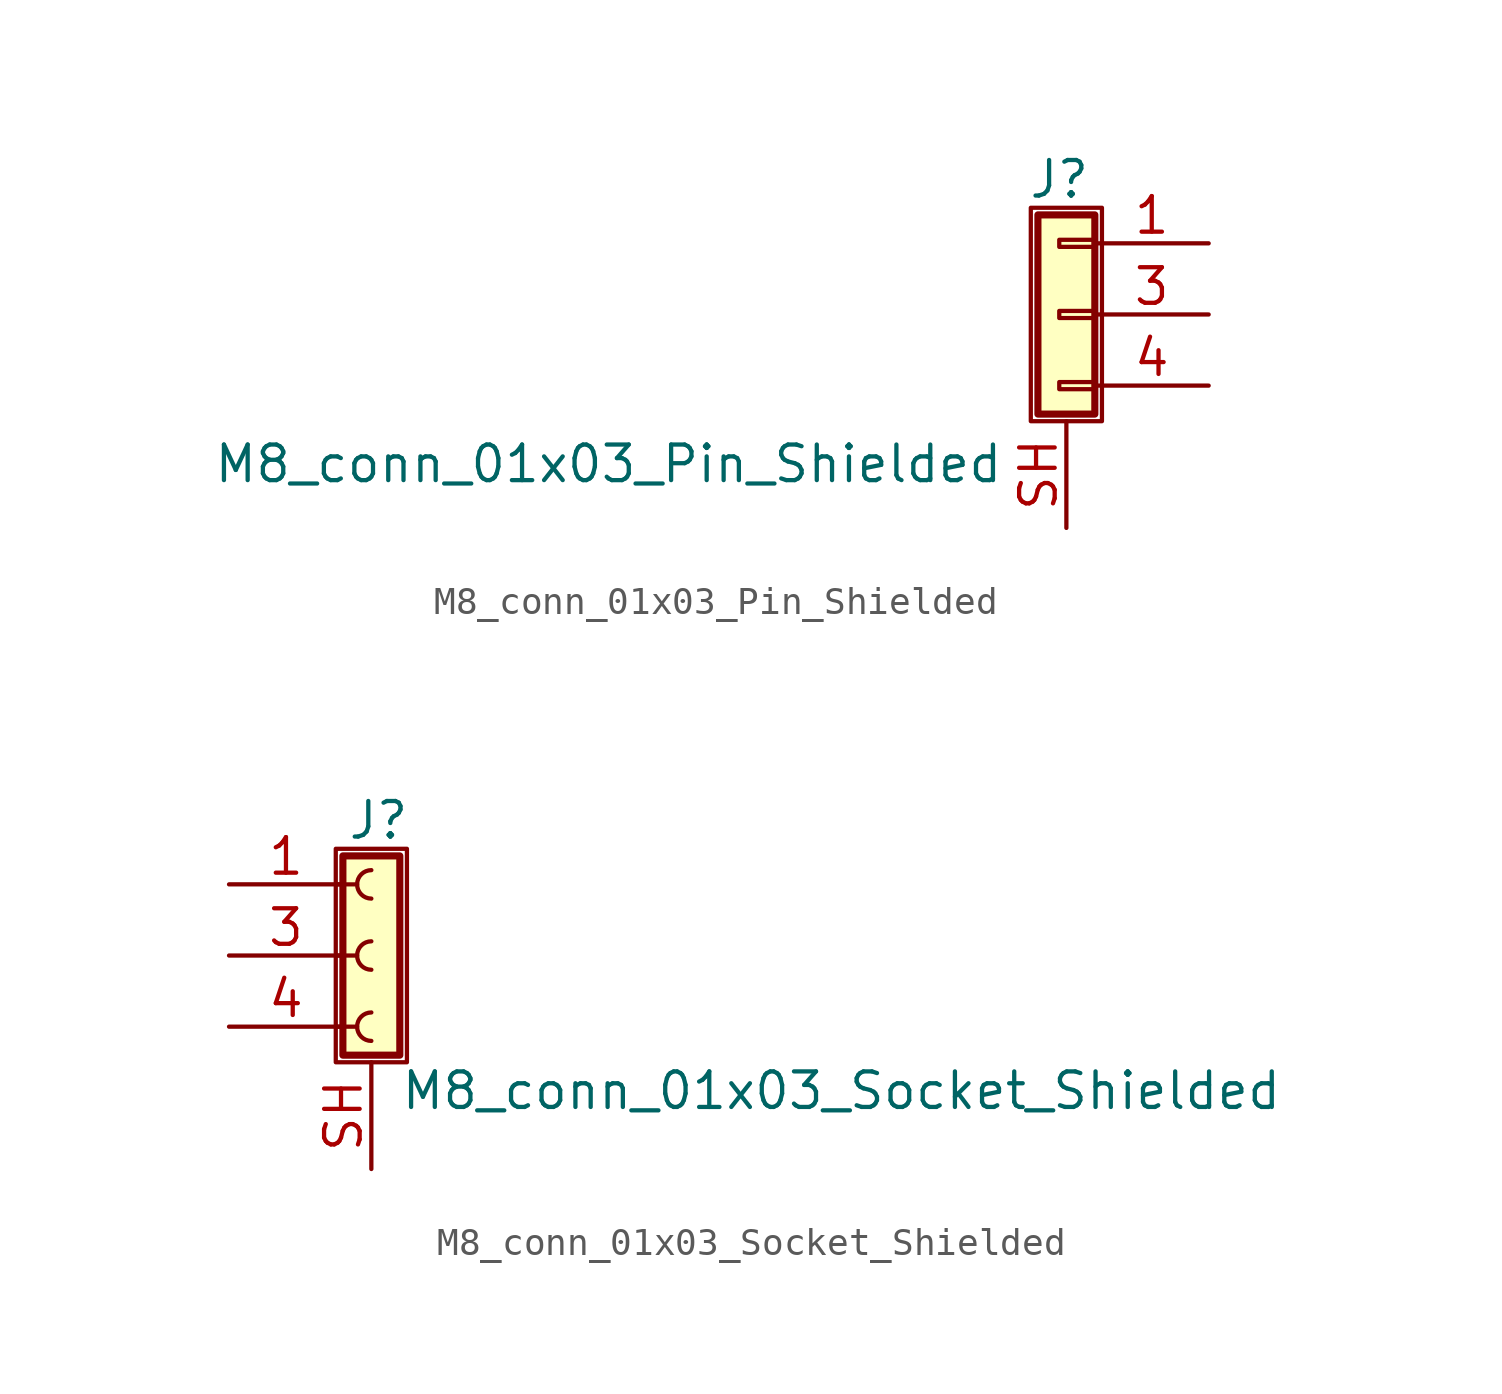
<source format=kicad_sym>
(kicad_symbol_lib
  (version 20231120)
  (generator "kicad_symbol_editor")
  (generator_version "8.0")
  (symbol "M8_conn_01x03_Pin_Shielded"
    (pin_names
      (offset 1.016) hide)
    (property "Reference" "J"
      (at -0.254 4.826 0)
      (effects (font (size 1.27 1.27))))
    (property "Value" "M8_conn_01x03_Pin_Shielded"
      (at -30.48 -5.334 0)
      (effects (font (size 1.27 1.27)) (justify left)))
    (symbol "M8_conn_01x03_Pin_Shielded_1_1"
      (rectangle (start -1.27 -3.81) (end 1.27 3.81) (stroke (width 0.152) (type default)) (fill (type none)))
      (rectangle (start -1.016 -3.556) (end 1.016 3.556) (stroke (width 0.254) (type default)) (fill (type background)))
      (rectangle (start -0.254 -2.667) (end 1.016 -2.413) (stroke (width 0.152) (type default)) (fill (type none)))
      (rectangle (start -0.254 -0.127) (end 1.016 0.127) (stroke (width 0.152) (type default)) (fill (type none)))
      (rectangle (start -0.254 2.413) (end 1.016 2.667) (stroke (width 0.152) (type default)) (fill (type none)))
      (pin passive line (at 5.08 2.54 180) (length 4.064) (name "Pin_1" (effects (font (size 1.27 1.27)))) (number "1" (effects (font (size 1.27 1.27)))))
      (pin passive line (at 5.08 0 180) (length 4.064) (name "Pin_3" (effects (font (size 1.27 1.27)))) (number "3" (effects (font (size 1.27 1.27)))))
      (pin passive line (at 5.08 -2.54 180) (length 4.064) (name "Pin_4" (effects (font (size 1.27 1.27)))) (number "4" (effects (font (size 1.27 1.27)))))
      (pin passive line (at 0 -7.62 90) (length 3.81) (name "Shield" (effects (font (size 1.27 1.27)))) (number "SH" (effects (font (size 1.27 1.27)))))))
  (symbol "M8_conn_01x03_Socket_Shielded"
    (pin_names
      (offset 1.016) hide)
    (property "Reference" "J"
      (at 0.254 4.826 0)
      (effects (font (size 1.27 1.27))))
    (property "Value" "M8_conn_01x03_Socket_Shielded"
      (at 1.016 -4.826 0)
      (effects (font (size 1.27 1.27)) (justify left)))
    (symbol "M8_conn_01x03_Socket_Shielded_1_1"
      (rectangle (start -1.27 3.81) (end 1.27 -3.81) (stroke (width 0.152) (type default)) (fill (type none)))
      (rectangle (start -1.016 3.556) (end 1.016 -3.556) (stroke (width 0.254) (type default)) (fill (type background)))
      (arc (start 0 -2.032) (mid -0.5058 -2.54) (end 0 -3.048) (stroke (width 0.1524) (type default)) (fill (type none)))
      (polyline (pts (xy -1.27 -2.54) (xy -0.508 -2.54)) (stroke (width 0.152) (type default)) (fill (type none)))
      (polyline (pts (xy -1.27 0) (xy -0.508 0)) (stroke (width 0.152) (type default)) (fill (type none)))
      (polyline (pts (xy -1.27 2.54) (xy -0.508 2.54)) (stroke (width 0.152) (type default)) (fill (type none)))
      (arc (start 0 0.508) (mid -0.5058 0) (end 0 -0.508) (stroke (width 0.1524) (type default)) (fill (type none)))
      (arc (start 0 3.048) (mid -0.5058 2.54) (end 0 2.032) (stroke (width 0.1524) (type default)) (fill (type none)))
      (pin passive line (at -5.08 2.54 0) (length 4.064) (name "Pin_1" (effects (font (size 1.27 1.27)))) (number "1" (effects (font (size 1.27 1.27)))))
      (pin passive line (at -5.08 0 0) (length 4.064) (name "Pin_3" (effects (font (size 1.27 1.27)))) (number "3" (effects (font (size 1.27 1.27)))))
      (pin passive line (at -5.08 -2.54 0) (length 4.064) (name "Pin_4" (effects (font (size 1.27 1.27)))) (number "4" (effects (font (size 1.27 1.27)))))
      (pin passive line (at 0 -7.62 90) (length 3.81) (name "Shield" (effects (font (size 1.27 1.27)))) (number "SH" (effects (font (size 1.27 1.27))))))))
</source>
